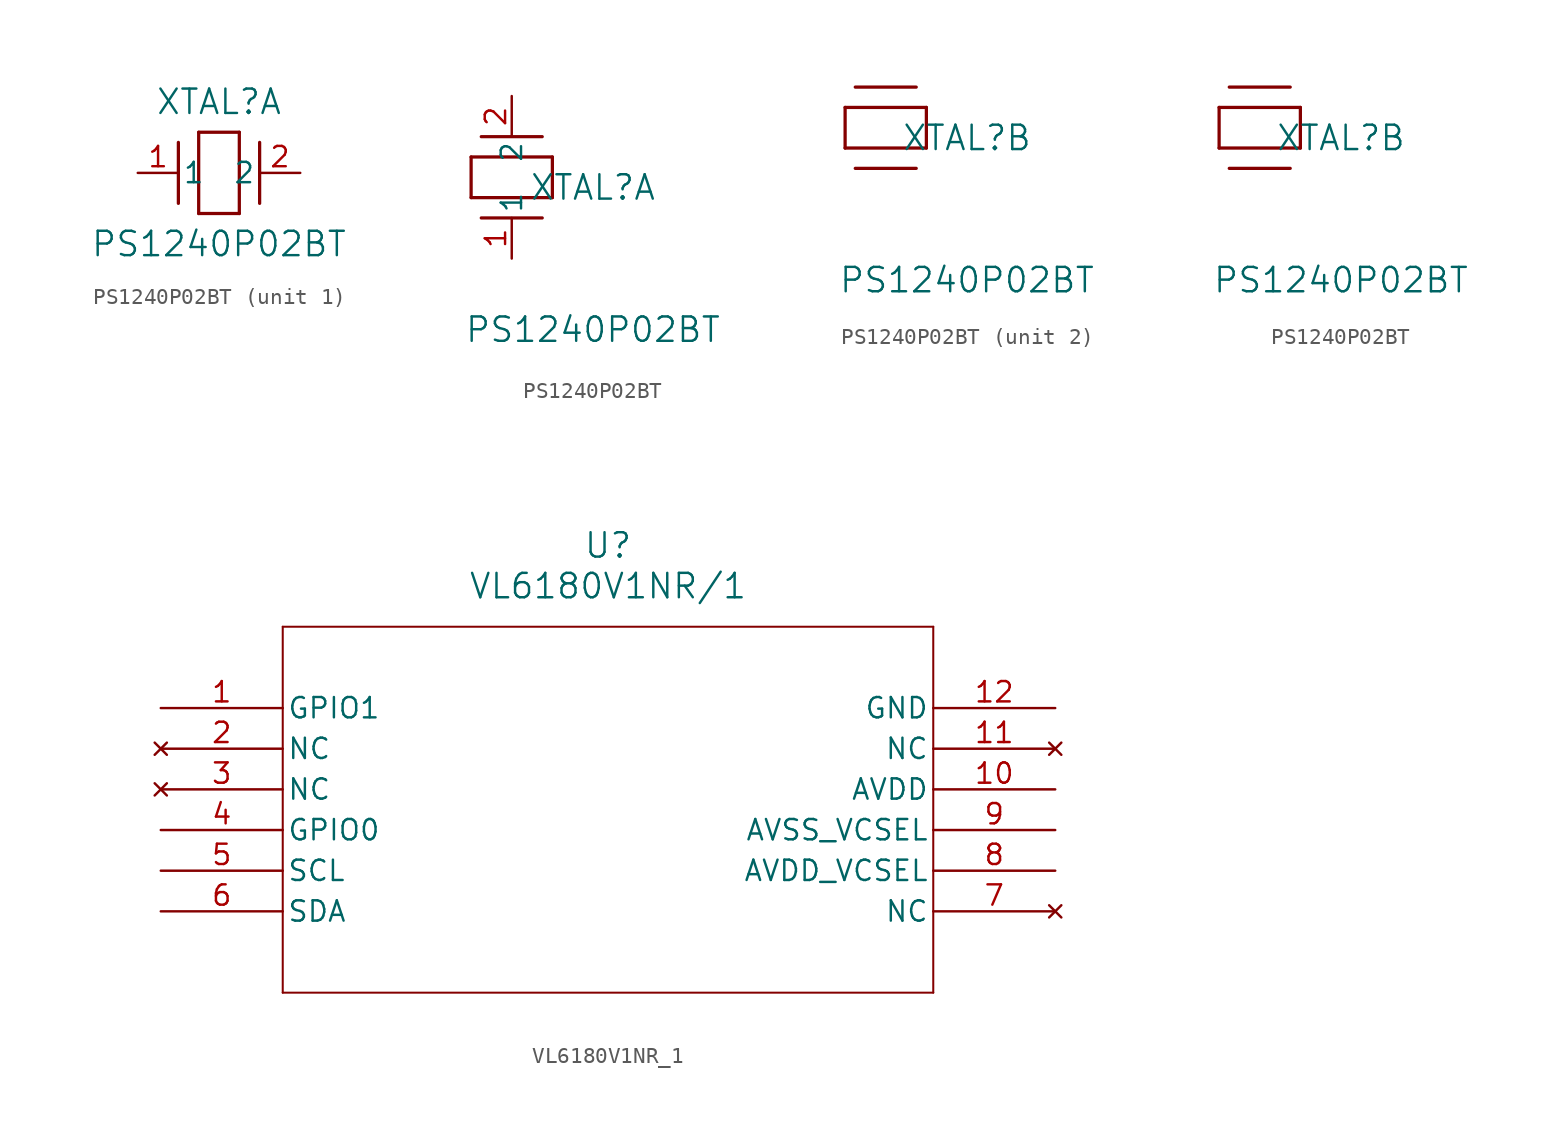
<source format=kicad_sym>
(kicad_symbol_lib
  (version 20241209)
  (generator "kicad_symbol_editor")
  (generator_version "9.0")
  (symbol "PS1240P02BT"
    (pin_names
      (offset 0.254))
    (property "Reference" "XTAL"
      (at 5.08 4.445 0)
      (effects (font (size 1.524 1.524))))
    (property "Value" "PS1240P02BT"
      (at 5.08 -4.445 0)
      (effects (font (size 1.524 1.524))))
    (property "ki_locked" ""
      (at 0 0 0)
      (effects (font (size 1.27 1.27))))
    (symbol "PS1240P02BT_1_1"
      (polyline (pts (xy 2.54 -1.905) (xy 2.54 1.905)) (stroke (width 0.203) (type default)) (fill (type none)))
      (polyline (pts (xy 3.81 2.54) (xy 6.35 2.54)) (stroke (width 0.203) (type default)) (fill (type none)))
      (polyline (pts (xy 3.81 -2.54) (xy 3.81 2.54)) (stroke (width 0.203) (type default)) (fill (type none)))
      (polyline (pts (xy 6.35 2.54) (xy 6.35 -2.54)) (stroke (width 0.203) (type default)) (fill (type none)))
      (polyline (pts (xy 6.35 -2.54) (xy 3.81 -2.54)) (stroke (width 0.203) (type default)) (fill (type none)))
      (polyline (pts (xy 7.62 -1.905) (xy 7.62 1.905)) (stroke (width 0.203) (type default)) (fill (type none)))
      (pin unspecified line (at 0 0 0) (length 2.54) (name "1" (effects (font (size 1.27 1.27)))) (number "1" (effects (font (size 1.27 1.27)))))
      (pin unspecified line (at 10.16 0 180) (length 2.54) (name "2" (effects (font (size 1.27 1.27)))) (number "2" (effects (font (size 1.27 1.27))))))
    (symbol "PS1240P02BT_1_2"
      (polyline (pts (xy -2.54 6.35) (xy 2.54 6.35)) (stroke (width 0.203) (type default)) (fill (type none)))
      (polyline (pts (xy -2.54 3.81) (xy -2.54 6.35)) (stroke (width 0.203) (type default)) (fill (type none)))
      (polyline (pts (xy 1.905 7.62) (xy -1.905 7.62)) (stroke (width 0.203) (type default)) (fill (type none)))
      (polyline (pts (xy 1.905 2.54) (xy -1.905 2.54)) (stroke (width 0.203) (type default)) (fill (type none)))
      (polyline (pts (xy 2.54 6.35) (xy 2.54 3.81)) (stroke (width 0.203) (type default)) (fill (type none)))
      (polyline (pts (xy 2.54 3.81) (xy -2.54 3.81)) (stroke (width 0.203) (type default)) (fill (type none)))
      (pin unspecified line (at 0 10.16 270) (length 2.54) (name "2" (effects (font (size 1.27 1.27)))) (number "2" (effects (font (size 1.27 1.27)))))
      (pin unspecified line (at 0 0 90) (length 2.54) (name "1" (effects (font (size 1.27 1.27)))) (number "1" (effects (font (size 1.27 1.27))))))
    (symbol "PS1240P02BT_2_1"
      (polyline (pts (xy -2.54 6.35) (xy 2.54 6.35)) (stroke (width 0.203) (type default)) (fill (type none)))
      (polyline (pts (xy -2.54 3.81) (xy -2.54 6.35)) (stroke (width 0.203) (type default)) (fill (type none)))
      (polyline (pts (xy 1.905 7.62) (xy -1.905 7.62)) (stroke (width 0.203) (type default)) (fill (type none)))
      (polyline (pts (xy 1.905 2.54) (xy -1.905 2.54)) (stroke (width 0.203) (type default)) (fill (type none)))
      (polyline (pts (xy 2.54 6.35) (xy 2.54 3.81)) (stroke (width 0.203) (type default)) (fill (type none)))
      (polyline (pts (xy 2.54 3.81) (xy -2.54 3.81)) (stroke (width 0.203) (type default)) (fill (type none))))
    (symbol "PS1240P02BT_2_2"
      (polyline (pts (xy -2.54 6.35) (xy 2.54 6.35)) (stroke (width 0.203) (type default)) (fill (type none)))
      (polyline (pts (xy -2.54 3.81) (xy -2.54 6.35)) (stroke (width 0.203) (type default)) (fill (type none)))
      (polyline (pts (xy 1.905 7.62) (xy -1.905 7.62)) (stroke (width 0.203) (type default)) (fill (type none)))
      (polyline (pts (xy 1.905 2.54) (xy -1.905 2.54)) (stroke (width 0.203) (type default)) (fill (type none)))
      (polyline (pts (xy 2.54 6.35) (xy 2.54 3.81)) (stroke (width 0.203) (type default)) (fill (type none)))
      (polyline (pts (xy 2.54 3.81) (xy -2.54 3.81)) (stroke (width 0.203) (type default)) (fill (type none)))))
  (symbol "VL6180V1NR_1"
    (pin_names
      (offset 0.254))
    (property "Reference" "U"
      (at 27.94 10.16 0)
      (effects (font (size 1.524 1.524))))
    (property "Value" "VL6180V1NR/1"
      (at 27.94 7.62 0)
      (effects (font (size 1.524 1.524))))
    (property "ki_locked" ""
      (at 0 0 0)
      (effects (font (size 1.27 1.27))))
    (symbol "VL6180V1NR_1_0_1"
      (polyline (pts (xy 7.62 5.08) (xy 7.62 -17.78)) (stroke (width 0.127) (type default)) (fill (type none)))
      (polyline (pts (xy 7.62 -17.78) (xy 48.26 -17.78)) (stroke (width 0.127) (type default)) (fill (type none)))
      (polyline (pts (xy 48.26 5.08) (xy 7.62 5.08)) (stroke (width 0.127) (type default)) (fill (type none)))
      (polyline (pts (xy 48.26 -17.78) (xy 48.26 5.08)) (stroke (width 0.127) (type default)) (fill (type none)))
      (pin bidirectional line (at 0 0 0) (length 7.62) (name "GPIO1" (effects (font (size 1.27 1.27)))) (number "1" (effects (font (size 1.27 1.27)))))
      (pin no_connect line (at 0 -2.54 0) (length 7.62) (name "NC" (effects (font (size 1.27 1.27)))) (number "2" (effects (font (size 1.27 1.27)))))
      (pin no_connect line (at 0 -5.08 0) (length 7.62) (name "NC" (effects (font (size 1.27 1.27)))) (number "3" (effects (font (size 1.27 1.27)))))
      (pin bidirectional line (at 0 -7.62 0) (length 7.62) (name "GPIO0" (effects (font (size 1.27 1.27)))) (number "4" (effects (font (size 1.27 1.27)))))
      (pin input line (at 0 -10.16 0) (length 7.62) (name "SCL" (effects (font (size 1.27 1.27)))) (number "5" (effects (font (size 1.27 1.27)))))
      (pin bidirectional line (at 0 -12.7 0) (length 7.62) (name "SDA" (effects (font (size 1.27 1.27)))) (number "6" (effects (font (size 1.27 1.27)))))
      (pin power_out line (at 55.88 0 180) (length 7.62) (name "GND" (effects (font (size 1.27 1.27)))) (number "12" (effects (font (size 1.27 1.27)))))
      (pin no_connect line (at 55.88 -2.54 180) (length 7.62) (name "NC" (effects (font (size 1.27 1.27)))) (number "11" (effects (font (size 1.27 1.27)))))
      (pin power_in line (at 55.88 -5.08 180) (length 7.62) (name "AVDD" (effects (font (size 1.27 1.27)))) (number "10" (effects (font (size 1.27 1.27)))))
      (pin power_out line (at 55.88 -7.62 180) (length 7.62) (name "AVSS_VCSEL" (effects (font (size 1.27 1.27)))) (number "9" (effects (font (size 1.27 1.27)))))
      (pin power_in line (at 55.88 -10.16 180) (length 7.62) (name "AVDD_VCSEL" (effects (font (size 1.27 1.27)))) (number "8" (effects (font (size 1.27 1.27)))))
      (pin no_connect line (at 55.88 -12.7 180) (length 7.62) (name "NC" (effects (font (size 1.27 1.27)))) (number "7" (effects (font (size 1.27 1.27))))))))
</source>
